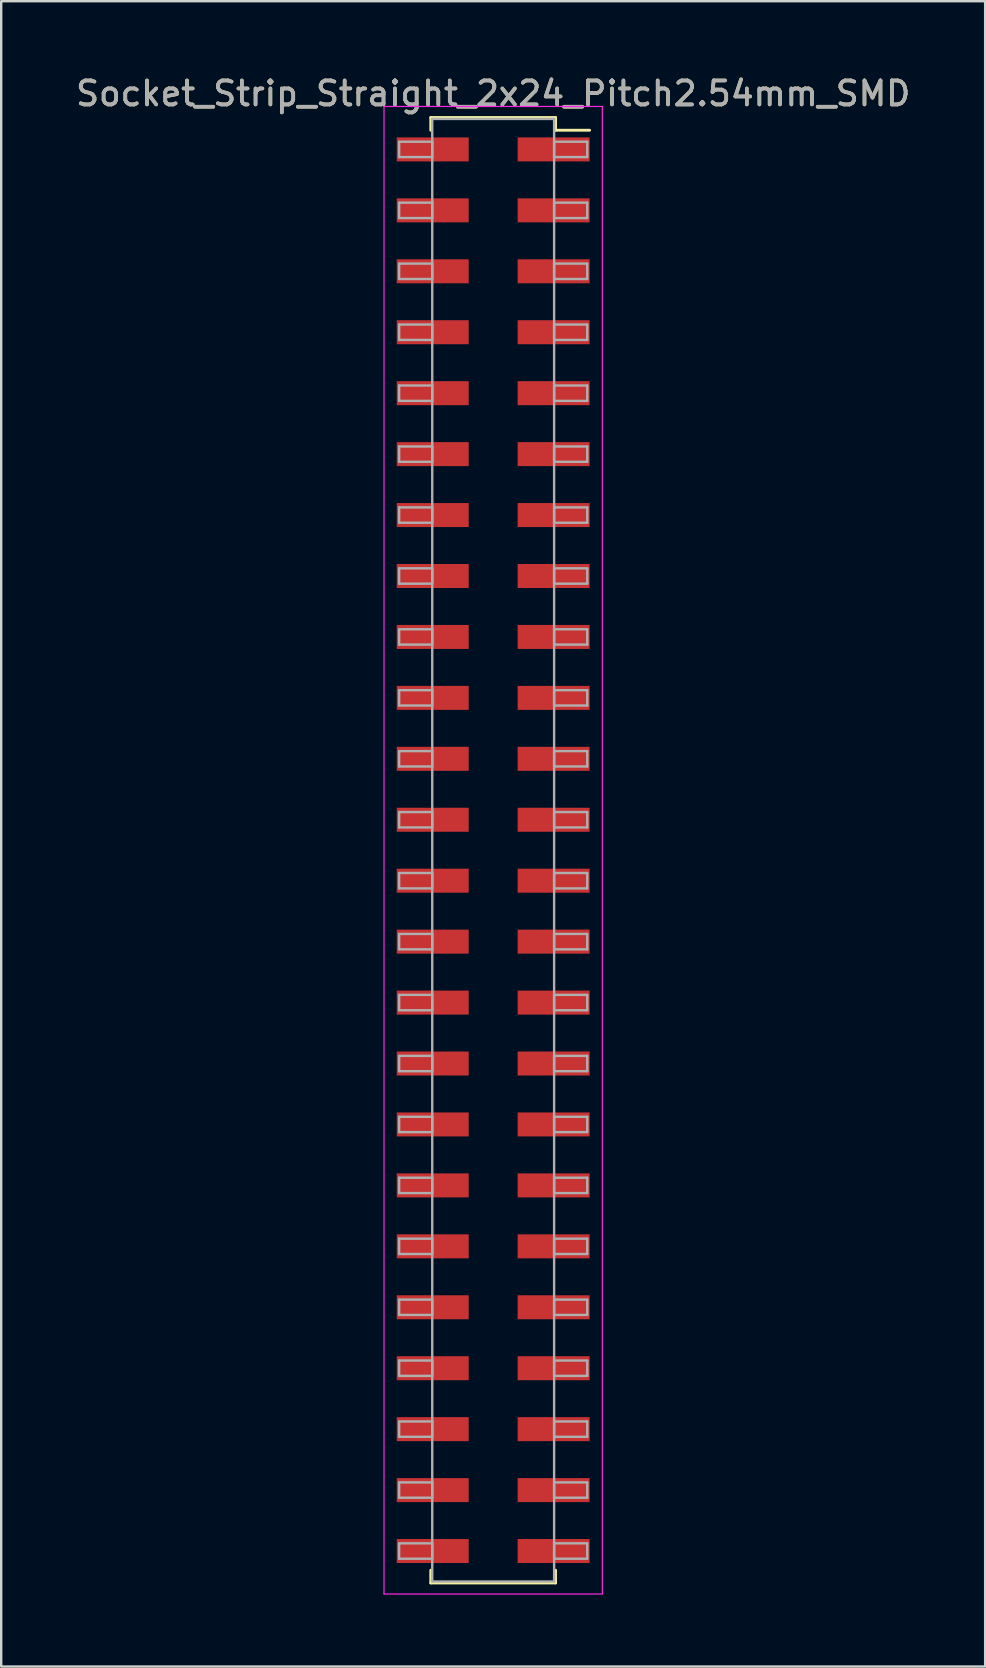
<source format=kicad_pcb>
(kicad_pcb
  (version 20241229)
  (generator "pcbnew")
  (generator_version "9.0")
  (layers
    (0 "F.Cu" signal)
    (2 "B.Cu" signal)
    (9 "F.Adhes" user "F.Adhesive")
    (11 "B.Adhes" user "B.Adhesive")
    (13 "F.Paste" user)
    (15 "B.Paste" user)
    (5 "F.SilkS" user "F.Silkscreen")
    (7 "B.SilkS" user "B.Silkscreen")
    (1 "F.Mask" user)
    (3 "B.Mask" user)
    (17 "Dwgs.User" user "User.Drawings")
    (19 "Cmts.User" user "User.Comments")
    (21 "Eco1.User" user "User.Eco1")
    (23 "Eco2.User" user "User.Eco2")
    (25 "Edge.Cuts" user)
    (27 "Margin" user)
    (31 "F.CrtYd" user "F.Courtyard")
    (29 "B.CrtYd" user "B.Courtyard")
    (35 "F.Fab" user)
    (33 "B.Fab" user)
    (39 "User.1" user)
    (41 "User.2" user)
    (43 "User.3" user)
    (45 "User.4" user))
  (footprint "Socket_Strip_Straight_2x24_Pitch2.54mm_SMD"
    (layer "F.Cu")
    (at 17.506 32.388)
    (property "Reference" "Socket_Strip_Straight_2x24_Pitch2.54mm_SMD" (at 0 -31.54 0) (layer "F.SilkS") (effects (font (size 1 1) (thickness 0.15))))
    (attr smd)
    (fp_line (start -2.6 -30.54) (end 2.6 -30.54) (stroke (width 0.12) (type solid)) (layer "F.SilkS"))
    (fp_line (start -2.6 -30.01) (end -2.6 -30.54) (stroke (width 0.12) (type solid)) (layer "F.SilkS"))
    (fp_line (start -2.6 30.01) (end -2.6 30.54) (stroke (width 0.12) (type solid)) (layer "F.SilkS"))
    (fp_line (start -2.6 30.54) (end 2.6 30.54) (stroke (width 0.12) (type solid)) (layer "F.SilkS"))
    (fp_line (start 2.6 -30.54) (end 2.6 -30.01) (stroke (width 0.12) (type solid)) (layer "F.SilkS"))
    (fp_line (start 2.6 30.54) (end 2.6 30.01) (stroke (width 0.12) (type solid)) (layer "F.SilkS"))
    (fp_line (start 4.02 -30.01) (end 2.6 -30.01) (stroke (width 0.12) (type solid)) (layer "F.SilkS"))
    (fp_line (start -4.55 -31) (end -4.55 31) (stroke (width 0.05) (type solid)) (layer "F.CrtYd"))
    (fp_line (start -4.55 31) (end 4.55 31) (stroke (width 0.05) (type solid)) (layer "F.CrtYd"))
    (fp_line (start 4.55 -31) (end -4.55 -31) (stroke (width 0.05) (type solid)) (layer "F.CrtYd"))
    (fp_line (start 4.55 31) (end 4.55 -31) (stroke (width 0.05) (type solid)) (layer "F.CrtYd"))
    (fp_line (start -3.92 -29.53) (end -2.54 -29.53) (stroke (width 0.1) (type solid)) (layer "F.Fab"))
    (fp_line (start -3.92 -28.89) (end -3.92 -29.53) (stroke (width 0.1) (type solid)) (layer "F.Fab"))
    (fp_line (start -3.92 -26.99) (end -2.54 -26.99) (stroke (width 0.1) (type solid)) (layer "F.Fab"))
    (fp_line (start -3.92 -26.35) (end -3.92 -26.99) (stroke (width 0.1) (type solid)) (layer "F.Fab"))
    (fp_line (start -3.92 -24.45) (end -2.54 -24.45) (stroke (width 0.1) (type solid)) (layer "F.Fab"))
    (fp_line (start -3.92 -23.81) (end -3.92 -24.45) (stroke (width 0.1) (type solid)) (layer "F.Fab"))
    (fp_line (start -3.92 -21.91) (end -2.54 -21.91) (stroke (width 0.1) (type solid)) (layer "F.Fab"))
    (fp_line (start -3.92 -21.27) (end -3.92 -21.91) (stroke (width 0.1) (type solid)) (layer "F.Fab"))
    (fp_line (start -3.92 -19.37) (end -2.54 -19.37) (stroke (width 0.1) (type solid)) (layer "F.Fab"))
    (fp_line (start -3.92 -18.73) (end -3.92 -19.37) (stroke (width 0.1) (type solid)) (layer "F.Fab"))
    (fp_line (start -3.92 -16.83) (end -2.54 -16.83) (stroke (width 0.1) (type solid)) (layer "F.Fab"))
    (fp_line (start -3.92 -16.19) (end -3.92 -16.83) (stroke (width 0.1) (type solid)) (layer "F.Fab"))
    (fp_line (start -3.92 -14.29) (end -2.54 -14.29) (stroke (width 0.1) (type solid)) (layer "F.Fab"))
    (fp_line (start -3.92 -13.65) (end -3.92 -14.29) (stroke (width 0.1) (type solid)) (layer "F.Fab"))
    (fp_line (start -3.92 -11.75) (end -2.54 -11.75) (stroke (width 0.1) (type solid)) (layer "F.Fab"))
    (fp_line (start -3.92 -11.11) (end -3.92 -11.75) (stroke (width 0.1) (type solid)) (layer "F.Fab"))
    (fp_line (start -3.92 -9.21) (end -2.54 -9.21) (stroke (width 0.1) (type solid)) (layer "F.Fab"))
    (fp_line (start -3.92 -8.57) (end -3.92 -9.21) (stroke (width 0.1) (type solid)) (layer "F.Fab"))
    (fp_line (start -3.92 -6.67) (end -2.54 -6.67) (stroke (width 0.1) (type solid)) (layer "F.Fab"))
    (fp_line (start -3.92 -6.03) (end -3.92 -6.67) (stroke (width 0.1) (type solid)) (layer "F.Fab"))
    (fp_line (start -3.92 -4.13) (end -2.54 -4.13) (stroke (width 0.1) (type solid)) (layer "F.Fab"))
    (fp_line (start -3.92 -3.49) (end -3.92 -4.13) (stroke (width 0.1) (type solid)) (layer "F.Fab"))
    (fp_line (start -3.92 -1.59) (end -2.54 -1.59) (stroke (width 0.1) (type solid)) (layer "F.Fab"))
    (fp_line (start -3.92 -0.95) (end -3.92 -1.59) (stroke (width 0.1) (type solid)) (layer "F.Fab"))
    (fp_line (start -3.92 0.95) (end -2.54 0.95) (stroke (width 0.1) (type solid)) (layer "F.Fab"))
    (fp_line (start -3.92 1.59) (end -3.92 0.95) (stroke (width 0.1) (type solid)) (layer "F.Fab"))
    (fp_line (start -3.92 3.49) (end -2.54 3.49) (stroke (width 0.1) (type solid)) (layer "F.Fab"))
    (fp_line (start -3.92 4.13) (end -3.92 3.49) (stroke (width 0.1) (type solid)) (layer "F.Fab"))
    (fp_line (start -3.92 6.03) (end -2.54 6.03) (stroke (width 0.1) (type solid)) (layer "F.Fab"))
    (fp_line (start -3.92 6.67) (end -3.92 6.03) (stroke (width 0.1) (type solid)) (layer "F.Fab"))
    (fp_line (start -3.92 8.57) (end -2.54 8.57) (stroke (width 0.1) (type solid)) (layer "F.Fab"))
    (fp_line (start -3.92 9.21) (end -3.92 8.57) (stroke (width 0.1) (type solid)) (layer "F.Fab"))
    (fp_line (start -3.92 11.11) (end -2.54 11.11) (stroke (width 0.1) (type solid)) (layer "F.Fab"))
    (fp_line (start -3.92 11.75) (end -3.92 11.11) (stroke (width 0.1) (type solid)) (layer "F.Fab"))
    (fp_line (start -3.92 13.65) (end -2.54 13.65) (stroke (width 0.1) (type solid)) (layer "F.Fab"))
    (fp_line (start -3.92 14.29) (end -3.92 13.65) (stroke (width 0.1) (type solid)) (layer "F.Fab"))
    (fp_line (start -3.92 16.19) (end -2.54 16.19) (stroke (width 0.1) (type solid)) (layer "F.Fab"))
    (fp_line (start -3.92 16.83) (end -3.92 16.19) (stroke (width 0.1) (type solid)) (layer "F.Fab"))
    (fp_line (start -3.92 18.73) (end -2.54 18.73) (stroke (width 0.1) (type solid)) (layer "F.Fab"))
    (fp_line (start -3.92 19.37) (end -3.92 18.73) (stroke (width 0.1) (type solid)) (layer "F.Fab"))
    (fp_line (start -3.92 21.27) (end -2.54 21.27) (stroke (width 0.1) (type solid)) (layer "F.Fab"))
    (fp_line (start -3.92 21.91) (end -3.92 21.27) (stroke (width 0.1) (type solid)) (layer "F.Fab"))
    (fp_line (start -3.92 23.81) (end -2.54 23.81) (stroke (width 0.1) (type solid)) (layer "F.Fab"))
    (fp_line (start -3.92 24.45) (end -3.92 23.81) (stroke (width 0.1) (type solid)) (layer "F.Fab"))
    (fp_line (start -3.92 26.35) (end -2.54 26.35) (stroke (width 0.1) (type solid)) (layer "F.Fab"))
    (fp_line (start -3.92 26.99) (end -3.92 26.35) (stroke (width 0.1) (type solid)) (layer "F.Fab"))
    (fp_line (start -3.92 28.89) (end -2.54 28.89) (stroke (width 0.1) (type solid)) (layer "F.Fab"))
    (fp_line (start -3.92 29.53) (end -3.92 28.89) (stroke (width 0.1) (type solid)) (layer "F.Fab"))
    (fp_line (start -2.54 -30.48) (end -2.54 30.48) (stroke (width 0.1) (type solid)) (layer "F.Fab"))
    (fp_line (start -2.54 -29.53) (end -2.54 -28.89) (stroke (width 0.1) (type solid)) (layer "F.Fab"))
    (fp_line (start -2.54 -28.89) (end -3.92 -28.89) (stroke (width 0.1) (type solid)) (layer "F.Fab"))
    (fp_line (start -2.54 -26.99) (end -2.54 -26.35) (stroke (width 0.1) (type solid)) (layer "F.Fab"))
    (fp_line (start -2.54 -26.35) (end -3.92 -26.35) (stroke (width 0.1) (type solid)) (layer "F.Fab"))
    (fp_line (start -2.54 -24.45) (end -2.54 -23.81) (stroke (width 0.1) (type solid)) (layer "F.Fab"))
    (fp_line (start -2.54 -23.81) (end -3.92 -23.81) (stroke (width 0.1) (type solid)) (layer "F.Fab"))
    (fp_line (start -2.54 -21.91) (end -2.54 -21.27) (stroke (width 0.1) (type solid)) (layer "F.Fab"))
    (fp_line (start -2.54 -21.27) (end -3.92 -21.27) (stroke (width 0.1) (type solid)) (layer "F.Fab"))
    (fp_line (start -2.54 -19.37) (end -2.54 -18.73) (stroke (width 0.1) (type solid)) (layer "F.Fab"))
    (fp_line (start -2.54 -18.73) (end -3.92 -18.73) (stroke (width 0.1) (type solid)) (layer "F.Fab"))
    (fp_line (start -2.54 -16.83) (end -2.54 -16.19) (stroke (width 0.1) (type solid)) (layer "F.Fab"))
    (fp_line (start -2.54 -16.19) (end -3.92 -16.19) (stroke (width 0.1) (type solid)) (layer "F.Fab"))
    (fp_line (start -2.54 -14.29) (end -2.54 -13.65) (stroke (width 0.1) (type solid)) (layer "F.Fab"))
    (fp_line (start -2.54 -13.65) (end -3.92 -13.65) (stroke (width 0.1) (type solid)) (layer "F.Fab"))
    (fp_line (start -2.54 -11.75) (end -2.54 -11.11) (stroke (width 0.1) (type solid)) (layer "F.Fab"))
    (fp_line (start -2.54 -11.11) (end -3.92 -11.11) (stroke (width 0.1) (type solid)) (layer "F.Fab"))
    (fp_line (start -2.54 -9.21) (end -2.54 -8.57) (stroke (width 0.1) (type solid)) (layer "F.Fab"))
    (fp_line (start -2.54 -8.57) (end -3.92 -8.57) (stroke (width 0.1) (type solid)) (layer "F.Fab"))
    (fp_line (start -2.54 -6.67) (end -2.54 -6.03) (stroke (width 0.1) (type solid)) (layer "F.Fab"))
    (fp_line (start -2.54 -6.03) (end -3.92 -6.03) (stroke (width 0.1) (type solid)) (layer "F.Fab"))
    (fp_line (start -2.54 -4.13) (end -2.54 -3.49) (stroke (width 0.1) (type solid)) (layer "F.Fab"))
    (fp_line (start -2.54 -3.49) (end -3.92 -3.49) (stroke (width 0.1) (type solid)) (layer "F.Fab"))
    (fp_line (start -2.54 -1.59) (end -2.54 -0.95) (stroke (width 0.1) (type solid)) (layer "F.Fab"))
    (fp_line (start -2.54 -0.95) (end -3.92 -0.95) (stroke (width 0.1) (type solid)) (layer "F.Fab"))
    (fp_line (start -2.54 0.95) (end -2.54 1.59) (stroke (width 0.1) (type solid)) (layer "F.Fab"))
    (fp_line (start -2.54 1.59) (end -3.92 1.59) (stroke (width 0.1) (type solid)) (layer "F.Fab"))
    (fp_line (start -2.54 3.49) (end -2.54 4.13) (stroke (width 0.1) (type solid)) (layer "F.Fab"))
    (fp_line (start -2.54 4.13) (end -3.92 4.13) (stroke (width 0.1) (type solid)) (layer "F.Fab"))
    (fp_line (start -2.54 6.03) (end -2.54 6.67) (stroke (width 0.1) (type solid)) (layer "F.Fab"))
    (fp_line (start -2.54 6.67) (end -3.92 6.67) (stroke (width 0.1) (type solid)) (layer "F.Fab"))
    (fp_line (start -2.54 8.57) (end -2.54 9.21) (stroke (width 0.1) (type solid)) (layer "F.Fab"))
    (fp_line (start -2.54 9.21) (end -3.92 9.21) (stroke (width 0.1) (type solid)) (layer "F.Fab"))
    (fp_line (start -2.54 11.11) (end -2.54 11.75) (stroke (width 0.1) (type solid)) (layer "F.Fab"))
    (fp_line (start -2.54 11.75) (end -3.92 11.75) (stroke (width 0.1) (type solid)) (layer "F.Fab"))
    (fp_line (start -2.54 13.65) (end -2.54 14.29) (stroke (width 0.1) (type solid)) (layer "F.Fab"))
    (fp_line (start -2.54 14.29) (end -3.92 14.29) (stroke (width 0.1) (type solid)) (layer "F.Fab"))
    (fp_line (start -2.54 16.19) (end -2.54 16.83) (stroke (width 0.1) (type solid)) (layer "F.Fab"))
    (fp_line (start -2.54 16.83) (end -3.92 16.83) (stroke (width 0.1) (type solid)) (layer "F.Fab"))
    (fp_line (start -2.54 18.73) (end -2.54 19.37) (stroke (width 0.1) (type solid)) (layer "F.Fab"))
    (fp_line (start -2.54 19.37) (end -3.92 19.37) (stroke (width 0.1) (type solid)) (layer "F.Fab"))
    (fp_line (start -2.54 21.27) (end -2.54 21.91) (stroke (width 0.1) (type solid)) (layer "F.Fab"))
    (fp_line (start -2.54 21.91) (end -3.92 21.91) (stroke (width 0.1) (type solid)) (layer "F.Fab"))
    (fp_line (start -2.54 23.81) (end -2.54 24.45) (stroke (width 0.1) (type solid)) (layer "F.Fab"))
    (fp_line (start -2.54 24.45) (end -3.92 24.45) (stroke (width 0.1) (type solid)) (layer "F.Fab"))
    (fp_line (start -2.54 26.35) (end -2.54 26.99) (stroke (width 0.1) (type solid)) (layer "F.Fab"))
    (fp_line (start -2.54 26.99) (end -3.92 26.99) (stroke (width 0.1) (type solid)) (layer "F.Fab"))
    (fp_line (start -2.54 28.89) (end -2.54 29.53) (stroke (width 0.1) (type solid)) (layer "F.Fab"))
    (fp_line (start -2.54 29.53) (end -3.92 29.53) (stroke (width 0.1) (type solid)) (layer "F.Fab"))
    (fp_line (start -2.54 30.48) (end 2.54 30.48) (stroke (width 0.1) (type solid)) (layer "F.Fab"))
    (fp_line (start 2.54 -30.48) (end -2.54 -30.48) (stroke (width 0.1) (type solid)) (layer "F.Fab"))
    (fp_line (start 2.54 -29.53) (end 2.54 -28.89) (stroke (width 0.1) (type solid)) (layer "F.Fab"))
    (fp_line (start 2.54 -28.89) (end 3.92 -28.89) (stroke (width 0.1) (type solid)) (layer "F.Fab"))
    (fp_line (start 2.54 -26.99) (end 2.54 -26.35) (stroke (width 0.1) (type solid)) (layer "F.Fab"))
    (fp_line (start 2.54 -26.35) (end 3.92 -26.35) (stroke (width 0.1) (type solid)) (layer "F.Fab"))
    (fp_line (start 2.54 -24.45) (end 2.54 -23.81) (stroke (width 0.1) (type solid)) (layer "F.Fab"))
    (fp_line (start 2.54 -23.81) (end 3.92 -23.81) (stroke (width 0.1) (type solid)) (layer "F.Fab"))
    (fp_line (start 2.54 -21.91) (end 2.54 -21.27) (stroke (width 0.1) (type solid)) (layer "F.Fab"))
    (fp_line (start 2.54 -21.27) (end 3.92 -21.27) (stroke (width 0.1) (type solid)) (layer "F.Fab"))
    (fp_line (start 2.54 -19.37) (end 2.54 -18.73) (stroke (width 0.1) (type solid)) (layer "F.Fab"))
    (fp_line (start 2.54 -18.73) (end 3.92 -18.73) (stroke (width 0.1) (type solid)) (layer "F.Fab"))
    (fp_line (start 2.54 -16.83) (end 2.54 -16.19) (stroke (width 0.1) (type solid)) (layer "F.Fab"))
    (fp_line (start 2.54 -16.19) (end 3.92 -16.19) (stroke (width 0.1) (type solid)) (layer "F.Fab"))
    (fp_line (start 2.54 -14.29) (end 2.54 -13.65) (stroke (width 0.1) (type solid)) (layer "F.Fab"))
    (fp_line (start 2.54 -13.65) (end 3.92 -13.65) (stroke (width 0.1) (type solid)) (layer "F.Fab"))
    (fp_line (start 2.54 -11.75) (end 2.54 -11.11) (stroke (width 0.1) (type solid)) (layer "F.Fab"))
    (fp_line (start 2.54 -11.11) (end 3.92 -11.11) (stroke (width 0.1) (type solid)) (layer "F.Fab"))
    (fp_line (start 2.54 -9.21) (end 2.54 -8.57) (stroke (width 0.1) (type solid)) (layer "F.Fab"))
    (fp_line (start 2.54 -8.57) (end 3.92 -8.57) (stroke (width 0.1) (type solid)) (layer "F.Fab"))
    (fp_line (start 2.54 -6.67) (end 2.54 -6.03) (stroke (width 0.1) (type solid)) (layer "F.Fab"))
    (fp_line (start 2.54 -6.03) (end 3.92 -6.03) (stroke (width 0.1) (type solid)) (layer "F.Fab"))
    (fp_line (start 2.54 -4.13) (end 2.54 -3.49) (stroke (width 0.1) (type solid)) (layer "F.Fab"))
    (fp_line (start 2.54 -3.49) (end 3.92 -3.49) (stroke (width 0.1) (type solid)) (layer "F.Fab"))
    (fp_line (start 2.54 -1.59) (end 2.54 -0.95) (stroke (width 0.1) (type solid)) (layer "F.Fab"))
    (fp_line (start 2.54 -0.95) (end 3.92 -0.95) (stroke (width 0.1) (type solid)) (layer "F.Fab"))
    (fp_line (start 2.54 0.95) (end 2.54 1.59) (stroke (width 0.1) (type solid)) (layer "F.Fab"))
    (fp_line (start 2.54 1.59) (end 3.92 1.59) (stroke (width 0.1) (type solid)) (layer "F.Fab"))
    (fp_line (start 2.54 3.49) (end 2.54 4.13) (stroke (width 0.1) (type solid)) (layer "F.Fab"))
    (fp_line (start 2.54 4.13) (end 3.92 4.13) (stroke (width 0.1) (type solid)) (layer "F.Fab"))
    (fp_line (start 2.54 6.03) (end 2.54 6.67) (stroke (width 0.1) (type solid)) (layer "F.Fab"))
    (fp_line (start 2.54 6.67) (end 3.92 6.67) (stroke (width 0.1) (type solid)) (layer "F.Fab"))
    (fp_line (start 2.54 8.57) (end 2.54 9.21) (stroke (width 0.1) (type solid)) (layer "F.Fab"))
    (fp_line (start 2.54 9.21) (end 3.92 9.21) (stroke (width 0.1) (type solid)) (layer "F.Fab"))
    (fp_line (start 2.54 11.11) (end 2.54 11.75) (stroke (width 0.1) (type solid)) (layer "F.Fab"))
    (fp_line (start 2.54 11.75) (end 3.92 11.75) (stroke (width 0.1) (type solid)) (layer "F.Fab"))
    (fp_line (start 2.54 13.65) (end 2.54 14.29) (stroke (width 0.1) (type solid)) (layer "F.Fab"))
    (fp_line (start 2.54 14.29) (end 3.92 14.29) (stroke (width 0.1) (type solid)) (layer "F.Fab"))
    (fp_line (start 2.54 16.19) (end 2.54 16.83) (stroke (width 0.1) (type solid)) (layer "F.Fab"))
    (fp_line (start 2.54 16.83) (end 3.92 16.83) (stroke (width 0.1) (type solid)) (layer "F.Fab"))
    (fp_line (start 2.54 18.73) (end 2.54 19.37) (stroke (width 0.1) (type solid)) (layer "F.Fab"))
    (fp_line (start 2.54 19.37) (end 3.92 19.37) (stroke (width 0.1) (type solid)) (layer "F.Fab"))
    (fp_line (start 2.54 21.27) (end 2.54 21.91) (stroke (width 0.1) (type solid)) (layer "F.Fab"))
    (fp_line (start 2.54 21.91) (end 3.92 21.91) (stroke (width 0.1) (type solid)) (layer "F.Fab"))
    (fp_line (start 2.54 23.81) (end 2.54 24.45) (stroke (width 0.1) (type solid)) (layer "F.Fab"))
    (fp_line (start 2.54 24.45) (end 3.92 24.45) (stroke (width 0.1) (type solid)) (layer "F.Fab"))
    (fp_line (start 2.54 26.35) (end 2.54 26.99) (stroke (width 0.1) (type solid)) (layer "F.Fab"))
    (fp_line (start 2.54 26.99) (end 3.92 26.99) (stroke (width 0.1) (type solid)) (layer "F.Fab"))
    (fp_line (start 2.54 28.89) (end 2.54 29.53) (stroke (width 0.1) (type solid)) (layer "F.Fab"))
    (fp_line (start 2.54 29.53) (end 3.92 29.53) (stroke (width 0.1) (type solid)) (layer "F.Fab"))
    (fp_line (start 2.54 30.48) (end 2.54 -30.48) (stroke (width 0.1) (type solid)) (layer "F.Fab"))
    (fp_line (start 3.92 -29.53) (end 2.54 -29.53) (stroke (width 0.1) (type solid)) (layer "F.Fab"))
    (fp_line (start 3.92 -28.89) (end 3.92 -29.53) (stroke (width 0.1) (type solid)) (layer "F.Fab"))
    (fp_line (start 3.92 -26.99) (end 2.54 -26.99) (stroke (width 0.1) (type solid)) (layer "F.Fab"))
    (fp_line (start 3.92 -26.35) (end 3.92 -26.99) (stroke (width 0.1) (type solid)) (layer "F.Fab"))
    (fp_line (start 3.92 -24.45) (end 2.54 -24.45) (stroke (width 0.1) (type solid)) (layer "F.Fab"))
    (fp_line (start 3.92 -23.81) (end 3.92 -24.45) (stroke (width 0.1) (type solid)) (layer "F.Fab"))
    (fp_line (start 3.92 -21.91) (end 2.54 -21.91) (stroke (width 0.1) (type solid)) (layer "F.Fab"))
    (fp_line (start 3.92 -21.27) (end 3.92 -21.91) (stroke (width 0.1) (type solid)) (layer "F.Fab"))
    (fp_line (start 3.92 -19.37) (end 2.54 -19.37) (stroke (width 0.1) (type solid)) (layer "F.Fab"))
    (fp_line (start 3.92 -18.73) (end 3.92 -19.37) (stroke (width 0.1) (type solid)) (layer "F.Fab"))
    (fp_line (start 3.92 -16.83) (end 2.54 -16.83) (stroke (width 0.1) (type solid)) (layer "F.Fab"))
    (fp_line (start 3.92 -16.19) (end 3.92 -16.83) (stroke (width 0.1) (type solid)) (layer "F.Fab"))
    (fp_line (start 3.92 -14.29) (end 2.54 -14.29) (stroke (width 0.1) (type solid)) (layer "F.Fab"))
    (fp_line (start 3.92 -13.65) (end 3.92 -14.29) (stroke (width 0.1) (type solid)) (layer "F.Fab"))
    (fp_line (start 3.92 -11.75) (end 2.54 -11.75) (stroke (width 0.1) (type solid)) (layer "F.Fab"))
    (fp_line (start 3.92 -11.11) (end 3.92 -11.75) (stroke (width 0.1) (type solid)) (layer "F.Fab"))
    (fp_line (start 3.92 -9.21) (end 2.54 -9.21) (stroke (width 0.1) (type solid)) (layer "F.Fab"))
    (fp_line (start 3.92 -8.57) (end 3.92 -9.21) (stroke (width 0.1) (type solid)) (layer "F.Fab"))
    (fp_line (start 3.92 -6.67) (end 2.54 -6.67) (stroke (width 0.1) (type solid)) (layer "F.Fab"))
    (fp_line (start 3.92 -6.03) (end 3.92 -6.67) (stroke (width 0.1) (type solid)) (layer "F.Fab"))
    (fp_line (start 3.92 -4.13) (end 2.54 -4.13) (stroke (width 0.1) (type solid)) (layer "F.Fab"))
    (fp_line (start 3.92 -3.49) (end 3.92 -4.13) (stroke (width 0.1) (type solid)) (layer "F.Fab"))
    (fp_line (start 3.92 -1.59) (end 2.54 -1.59) (stroke (width 0.1) (type solid)) (layer "F.Fab"))
    (fp_line (start 3.92 -0.95) (end 3.92 -1.59) (stroke (width 0.1) (type solid)) (layer "F.Fab"))
    (fp_line (start 3.92 0.95) (end 2.54 0.95) (stroke (width 0.1) (type solid)) (layer "F.Fab"))
    (fp_line (start 3.92 1.59) (end 3.92 0.95) (stroke (width 0.1) (type solid)) (layer "F.Fab"))
    (fp_line (start 3.92 3.49) (end 2.54 3.49) (stroke (width 0.1) (type solid)) (layer "F.Fab"))
    (fp_line (start 3.92 4.13) (end 3.92 3.49) (stroke (width 0.1) (type solid)) (layer "F.Fab"))
    (fp_line (start 3.92 6.03) (end 2.54 6.03) (stroke (width 0.1) (type solid)) (layer "F.Fab"))
    (fp_line (start 3.92 6.67) (end 3.92 6.03) (stroke (width 0.1) (type solid)) (layer "F.Fab"))
    (fp_line (start 3.92 8.57) (end 2.54 8.57) (stroke (width 0.1) (type solid)) (layer "F.Fab"))
    (fp_line (start 3.92 9.21) (end 3.92 8.57) (stroke (width 0.1) (type solid)) (layer "F.Fab"))
    (fp_line (start 3.92 11.11) (end 2.54 11.11) (stroke (width 0.1) (type solid)) (layer "F.Fab"))
    (fp_line (start 3.92 11.75) (end 3.92 11.11) (stroke (width 0.1) (type solid)) (layer "F.Fab"))
    (fp_line (start 3.92 13.65) (end 2.54 13.65) (stroke (width 0.1) (type solid)) (layer "F.Fab"))
    (fp_line (start 3.92 14.29) (end 3.92 13.65) (stroke (width 0.1) (type solid)) (layer "F.Fab"))
    (fp_line (start 3.92 16.19) (end 2.54 16.19) (stroke (width 0.1) (type solid)) (layer "F.Fab"))
    (fp_line (start 3.92 16.83) (end 3.92 16.19) (stroke (width 0.1) (type solid)) (layer "F.Fab"))
    (fp_line (start 3.92 18.73) (end 2.54 18.73) (stroke (width 0.1) (type solid)) (layer "F.Fab"))
    (fp_line (start 3.92 19.37) (end 3.92 18.73) (stroke (width 0.1) (type solid)) (layer "F.Fab"))
    (fp_line (start 3.92 21.27) (end 2.54 21.27) (stroke (width 0.1) (type solid)) (layer "F.Fab"))
    (fp_line (start 3.92 21.91) (end 3.92 21.27) (stroke (width 0.1) (type solid)) (layer "F.Fab"))
    (fp_line (start 3.92 23.81) (end 2.54 23.81) (stroke (width 0.1) (type solid)) (layer "F.Fab"))
    (fp_line (start 3.92 24.45) (end 3.92 23.81) (stroke (width 0.1) (type solid)) (layer "F.Fab"))
    (fp_line (start 3.92 26.35) (end 2.54 26.35) (stroke (width 0.1) (type solid)) (layer "F.Fab"))
    (fp_line (start 3.92 26.99) (end 3.92 26.35) (stroke (width 0.1) (type solid)) (layer "F.Fab"))
    (fp_line (start 3.92 28.89) (end 2.54 28.89) (stroke (width 0.1) (type solid)) (layer "F.Fab"))
    (fp_line (start 3.92 29.53) (end 3.92 28.89) (stroke (width 0.1) (type solid)) (layer "F.Fab"))
    (fp_text user "${REFERENCE}" (at 0 -31.54 0) (layer "F.Fab") (effects (font (size 1 1) (thickness 0.15))))
    (pad "1" smd rect (at 2.52 -29.21) (size 3 1) (layers "F.Cu" "F.Mask" "F.Paste"))
    (pad "2" smd rect (at -2.52 -29.21) (size 3 1) (layers "F.Cu" "F.Mask" "F.Paste"))
    (pad "3" smd rect (at 2.52 -26.67) (size 3 1) (layers "F.Cu" "F.Mask" "F.Paste"))
    (pad "4" smd rect (at -2.52 -26.67) (size 3 1) (layers "F.Cu" "F.Mask" "F.Paste"))
    (pad "5" smd rect (at 2.52 -24.13) (size 3 1) (layers "F.Cu" "F.Mask" "F.Paste"))
    (pad "6" smd rect (at -2.52 -24.13) (size 3 1) (layers "F.Cu" "F.Mask" "F.Paste"))
    (pad "7" smd rect (at 2.52 -21.59) (size 3 1) (layers "F.Cu" "F.Mask" "F.Paste"))
    (pad "8" smd rect (at -2.52 -21.59) (size 3 1) (layers "F.Cu" "F.Mask" "F.Paste"))
    (pad "9" smd rect (at 2.52 -19.05) (size 3 1) (layers "F.Cu" "F.Mask" "F.Paste"))
    (pad "10" smd rect (at -2.52 -19.05) (size 3 1) (layers "F.Cu" "F.Mask" "F.Paste"))
    (pad "11" smd rect (at 2.52 -16.51) (size 3 1) (layers "F.Cu" "F.Mask" "F.Paste"))
    (pad "12" smd rect (at -2.52 -16.51) (size 3 1) (layers "F.Cu" "F.Mask" "F.Paste"))
    (pad "13" smd rect (at 2.52 -13.97) (size 3 1) (layers "F.Cu" "F.Mask" "F.Paste"))
    (pad "14" smd rect (at -2.52 -13.97) (size 3 1) (layers "F.Cu" "F.Mask" "F.Paste"))
    (pad "15" smd rect (at 2.52 -11.43) (size 3 1) (layers "F.Cu" "F.Mask" "F.Paste"))
    (pad "16" smd rect (at -2.52 -11.43) (size 3 1) (layers "F.Cu" "F.Mask" "F.Paste"))
    (pad "17" smd rect (at 2.52 -8.89) (size 3 1) (layers "F.Cu" "F.Mask" "F.Paste"))
    (pad "18" smd rect (at -2.52 -8.89) (size 3 1) (layers "F.Cu" "F.Mask" "F.Paste"))
    (pad "19" smd rect (at 2.52 -6.35) (size 3 1) (layers "F.Cu" "F.Mask" "F.Paste"))
    (pad "20" smd rect (at -2.52 -6.35) (size 3 1) (layers "F.Cu" "F.Mask" "F.Paste"))
    (pad "21" smd rect (at 2.52 -3.81) (size 3 1) (layers "F.Cu" "F.Mask" "F.Paste"))
    (pad "22" smd rect (at -2.52 -3.81) (size 3 1) (layers "F.Cu" "F.Mask" "F.Paste"))
    (pad "23" smd rect (at 2.52 -1.27) (size 3 1) (layers "F.Cu" "F.Mask" "F.Paste"))
    (pad "24" smd rect (at -2.52 -1.27) (size 3 1) (layers "F.Cu" "F.Mask" "F.Paste"))
    (pad "25" smd rect (at 2.52 1.27) (size 3 1) (layers "F.Cu" "F.Mask" "F.Paste"))
    (pad "26" smd rect (at -2.52 1.27) (size 3 1) (layers "F.Cu" "F.Mask" "F.Paste"))
    (pad "27" smd rect (at 2.52 3.81) (size 3 1) (layers "F.Cu" "F.Mask" "F.Paste"))
    (pad "28" smd rect (at -2.52 3.81) (size 3 1) (layers "F.Cu" "F.Mask" "F.Paste"))
    (pad "29" smd rect (at 2.52 6.35) (size 3 1) (layers "F.Cu" "F.Mask" "F.Paste"))
    (pad "30" smd rect (at -2.52 6.35) (size 3 1) (layers "F.Cu" "F.Mask" "F.Paste"))
    (pad "31" smd rect (at 2.52 8.89) (size 3 1) (layers "F.Cu" "F.Mask" "F.Paste"))
    (pad "32" smd rect (at -2.52 8.89) (size 3 1) (layers "F.Cu" "F.Mask" "F.Paste"))
    (pad "33" smd rect (at 2.52 11.43) (size 3 1) (layers "F.Cu" "F.Mask" "F.Paste"))
    (pad "34" smd rect (at -2.52 11.43) (size 3 1) (layers "F.Cu" "F.Mask" "F.Paste"))
    (pad "35" smd rect (at 2.52 13.97) (size 3 1) (layers "F.Cu" "F.Mask" "F.Paste"))
    (pad "36" smd rect (at -2.52 13.97) (size 3 1) (layers "F.Cu" "F.Mask" "F.Paste"))
    (pad "37" smd rect (at 2.52 16.51) (size 3 1) (layers "F.Cu" "F.Mask" "F.Paste"))
    (pad "38" smd rect (at -2.52 16.51) (size 3 1) (layers "F.Cu" "F.Mask" "F.Paste"))
    (pad "39" smd rect (at 2.52 19.05) (size 3 1) (layers "F.Cu" "F.Mask" "F.Paste"))
    (pad "40" smd rect (at -2.52 19.05) (size 3 1) (layers "F.Cu" "F.Mask" "F.Paste"))
    (pad "41" smd rect (at 2.52 21.59) (size 3 1) (layers "F.Cu" "F.Mask" "F.Paste"))
    (pad "42" smd rect (at -2.52 21.59) (size 3 1) (layers "F.Cu" "F.Mask" "F.Paste"))
    (pad "43" smd rect (at 2.52 24.13) (size 3 1) (layers "F.Cu" "F.Mask" "F.Paste"))
    (pad "44" smd rect (at -2.52 24.13) (size 3 1) (layers "F.Cu" "F.Mask" "F.Paste"))
    (pad "45" smd rect (at 2.52 26.67) (size 3 1) (layers "F.Cu" "F.Mask" "F.Paste"))
    (pad "46" smd rect (at -2.52 26.67) (size 3 1) (layers "F.Cu" "F.Mask" "F.Paste"))
    (pad "47" smd rect (at 2.52 29.21) (size 3 1) (layers "F.Cu" "F.Mask" "F.Paste"))
    (pad "48" smd rect (at -2.52 29.21) (size 3 1) (layers "F.Cu" "F.Mask" "F.Paste")))
  (gr_rect
    (start -3 -3)
    (end 38.012 66.413)
    (stroke (width 0.1) (type default))
    (fill no)
    (layer "Edge.Cuts")))
</source>
